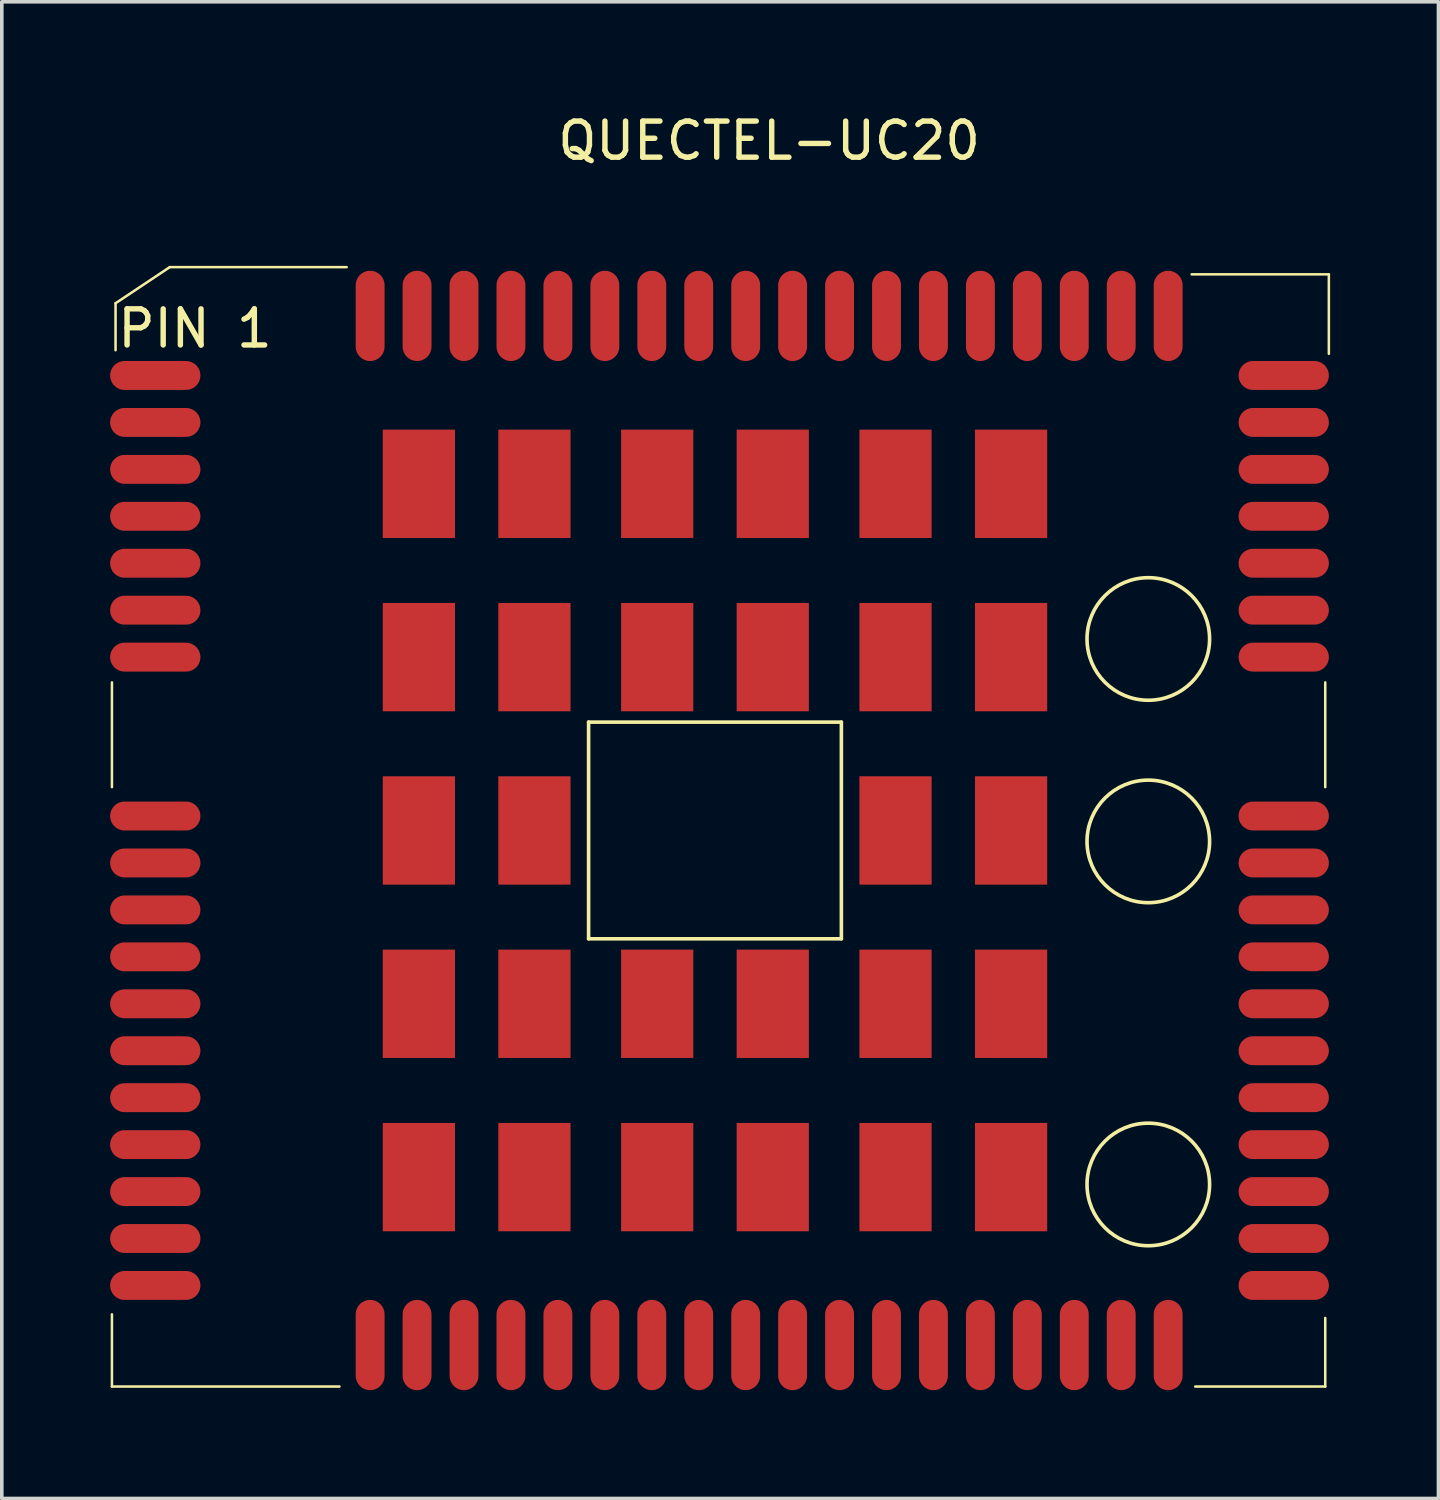
<source format=kicad_pcb>
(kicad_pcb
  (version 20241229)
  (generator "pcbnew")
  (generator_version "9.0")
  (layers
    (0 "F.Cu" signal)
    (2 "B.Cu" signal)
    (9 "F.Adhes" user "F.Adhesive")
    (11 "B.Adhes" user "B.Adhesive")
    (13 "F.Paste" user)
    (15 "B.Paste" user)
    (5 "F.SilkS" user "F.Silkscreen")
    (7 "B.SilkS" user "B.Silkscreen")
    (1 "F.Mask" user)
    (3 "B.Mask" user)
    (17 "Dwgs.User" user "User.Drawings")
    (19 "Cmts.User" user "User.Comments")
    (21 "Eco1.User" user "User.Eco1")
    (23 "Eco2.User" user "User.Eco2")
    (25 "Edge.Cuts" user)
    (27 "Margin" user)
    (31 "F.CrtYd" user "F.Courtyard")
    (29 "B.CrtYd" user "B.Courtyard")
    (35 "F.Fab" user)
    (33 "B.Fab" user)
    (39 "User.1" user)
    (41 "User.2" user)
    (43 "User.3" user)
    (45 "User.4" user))
  (footprint "QUECTEL-UC20"
    (layer "F.Cu")
    (at 0.75 7.348)
    (property "Reference" "QUECTEL-UC20" (at 17.5 -6.5 0) (layer "F.SilkS") (effects (font (size 1 1) (thickness 0.15))))
    (attr through_hole)
    (fp_line (start -0.7 8.5) (end -0.7 11.4) (stroke (width 0.07) (type solid)) (layer "F.SilkS"))
    (fp_line (start -0.7 28) (end -0.7 26) (stroke (width 0.07) (type solid)) (layer "F.SilkS"))
    (fp_line (start -0.6 -2) (end 0.9 -3) (stroke (width 0.07) (type solid)) (layer "F.SilkS"))
    (fp_line (start -0.6 -0.7) (end -0.6 -2) (stroke (width 0.07) (type solid)) (layer "F.SilkS"))
    (fp_line (start 0.9 -3) (end 5.8 -3) (stroke (width 0.07) (type solid)) (layer "F.SilkS"))
    (fp_line (start 5.6 28) (end -0.7 28) (stroke (width 0.07) (type solid)) (layer "F.SilkS"))
    (fp_line (start 12.5 9.6) (end 12.5 15.6) (stroke (width 0.1) (type solid)) (layer "F.SilkS"))
    (fp_line (start 12.5 15.6) (end 19.5 15.6) (stroke (width 0.1) (type solid)) (layer "F.SilkS"))
    (fp_line (start 19.5 9.6) (end 12.5 9.6) (stroke (width 0.1) (type solid)) (layer "F.SilkS"))
    (fp_line (start 19.5 15.6) (end 19.5 9.6) (stroke (width 0.1) (type solid)) (layer "F.SilkS"))
    (fp_line (start 32.9 8.5) (end 32.9 11.4) (stroke (width 0.07) (type solid)) (layer "F.SilkS"))
    (fp_line (start 32.9 26.1) (end 32.9 28) (stroke (width 0.07) (type solid)) (layer "F.SilkS"))
    (fp_line (start 32.9 28) (end 29.3 28) (stroke (width 0.07) (type solid)) (layer "F.SilkS"))
    (fp_line (start 33 -2.8) (end 29.2 -2.8) (stroke (width 0.07) (type solid)) (layer "F.SilkS"))
    (fp_line (start 33 -0.6) (end 33 -2.8) (stroke (width 0.07) (type solid)) (layer "F.SilkS"))
    (fp_circle (center 28 7.297) (end 29.2 8.497) (stroke (width 0.1) (type solid)) (fill no) (layer "F.SilkS"))
    (fp_circle (center 28 12.903) (end 29.2 14.103) (stroke (width 0.1) (type solid)) (fill no) (layer "F.SilkS"))
    (fp_circle (center 28 22.403) (end 29.2 23.603) (stroke (width 0.1) (type solid)) (fill no) (layer "F.SilkS"))
    (fp_text user "PIN 1" (at 1.6 -1.3 0) (layer "F.SilkS") (effects (font (size 1 1) (thickness 0.15))))
    (pad "1" smd oval (at 0.5 0) (size 2.5 0.8) (layers "F.Cu" "F.Mask" "F.Paste"))
    (pad "2" smd oval (at 0.5 1.3) (size 2.5 0.8) (layers "F.Cu" "F.Mask" "F.Paste"))
    (pad "3" smd oval (at 0.5 2.6) (size 2.5 0.8) (layers "F.Cu" "F.Mask" "F.Paste"))
    (pad "4" smd oval (at 0.5 3.9) (size 2.5 0.8) (layers "F.Cu" "F.Mask" "F.Paste"))
    (pad "5" smd oval (at 0.5 5.2) (size 2.5 0.8) (layers "F.Cu" "F.Mask" "F.Paste"))
    (pad "6" smd oval (at 0.5 6.5) (size 2.5 0.8) (layers "F.Cu" "F.Mask" "F.Paste"))
    (pad "7" smd oval (at 0.5 7.8) (size 2.5 0.8) (layers "F.Cu" "F.Mask" "F.Paste"))
    (pad "8" smd oval (at 0.5 12.2) (size 2.5 0.8) (layers "F.Cu" "F.Mask" "F.Paste"))
    (pad "9" smd oval (at 0.5 13.5) (size 2.5 0.8) (layers "F.Cu" "F.Mask" "F.Paste"))
    (pad "10" smd oval (at 0.5 14.8) (size 2.5 0.8) (layers "F.Cu" "F.Mask" "F.Paste"))
    (pad "11" smd oval (at 0.5 16.1) (size 2.5 0.8) (layers "F.Cu" "F.Mask" "F.Paste"))
    (pad "12" smd oval (at 0.5 17.4) (size 2.5 0.8) (layers "F.Cu" "F.Mask" "F.Paste"))
    (pad "13" smd oval (at 0.5 18.7) (size 2.5 0.8) (layers "F.Cu" "F.Mask" "F.Paste"))
    (pad "14" smd oval (at 0.5 20) (size 2.5 0.8) (layers "F.Cu" "F.Mask" "F.Paste"))
    (pad "15" smd oval (at 0.5 21.3) (size 2.5 0.8) (layers "F.Cu" "F.Mask" "F.Paste"))
    (pad "16" smd oval (at 0.5 22.6) (size 2.5 0.8) (layers "F.Cu" "F.Mask" "F.Paste"))
    (pad "17" smd oval (at 0.5 23.9) (size 2.5 0.8) (layers "F.Cu" "F.Mask" "F.Paste"))
    (pad "18" smd oval (at 0.5 25.2) (size 2.5 0.8) (layers "F.Cu" "F.Mask" "F.Paste"))
    (pad "19" smd oval (at 6.45 26.85) (size 0.8 2.5) (layers "F.Cu" "F.Mask" "F.Paste"))
    (pad "20" smd oval (at 7.75 26.85) (size 0.8 2.5) (layers "F.Cu" "F.Mask" "F.Paste"))
    (pad "21" smd oval (at 9.05 26.85) (size 0.8 2.5) (layers "F.Cu" "F.Mask" "F.Paste"))
    (pad "22" smd oval (at 10.35 26.85) (size 0.8 2.5) (layers "F.Cu" "F.Mask" "F.Paste"))
    (pad "23" smd oval (at 11.65 26.85) (size 0.8 2.5) (layers "F.Cu" "F.Mask" "F.Paste"))
    (pad "24" smd oval (at 12.95 26.85) (size 0.8 2.5) (layers "F.Cu" "F.Mask" "F.Paste"))
    (pad "25" smd oval (at 14.25 26.85) (size 0.8 2.5) (layers "F.Cu" "F.Mask" "F.Paste"))
    (pad "26" smd oval (at 15.55 26.85) (size 0.8 2.5) (layers "F.Cu" "F.Mask" "F.Paste"))
    (pad "27" smd oval (at 16.85 26.85) (size 0.8 2.5) (layers "F.Cu" "F.Mask" "F.Paste"))
    (pad "28" smd oval (at 18.15 26.85) (size 0.8 2.5) (layers "F.Cu" "F.Mask" "F.Paste"))
    (pad "29" smd oval (at 19.45 26.85) (size 0.8 2.5) (layers "F.Cu" "F.Mask" "F.Paste"))
    (pad "30" smd oval (at 20.75 26.85) (size 0.8 2.5) (layers "F.Cu" "F.Mask" "F.Paste"))
    (pad "31" smd oval (at 22.05 26.85) (size 0.8 2.5) (layers "F.Cu" "F.Mask" "F.Paste"))
    (pad "32" smd oval (at 23.35 26.85) (size 0.8 2.5) (layers "F.Cu" "F.Mask" "F.Paste"))
    (pad "33" smd oval (at 24.65 26.85) (size 0.8 2.5) (layers "F.Cu" "F.Mask" "F.Paste"))
    (pad "34" smd oval (at 25.95 26.85) (size 0.8 2.5) (layers "F.Cu" "F.Mask" "F.Paste"))
    (pad "35" smd oval (at 27.25 26.85) (size 0.8 2.5) (layers "F.Cu" "F.Mask" "F.Paste"))
    (pad "36" smd oval (at 28.55 26.85) (size 0.8 2.5) (layers "F.Cu" "F.Mask" "F.Paste"))
    (pad "37" smd oval (at 31.75 25.2) (size 2.5 0.8) (layers "F.Cu" "F.Mask" "F.Paste"))
    (pad "38" smd oval (at 31.75 23.9) (size 2.5 0.8) (layers "F.Cu" "F.Mask" "F.Paste"))
    (pad "39" smd oval (at 31.75 22.6) (size 2.5 0.8) (layers "F.Cu" "F.Mask" "F.Paste"))
    (pad "40" smd oval (at 31.75 21.3) (size 2.5 0.8) (layers "F.Cu" "F.Mask" "F.Paste"))
    (pad "41" smd oval (at 31.75 20) (size 2.5 0.8) (layers "F.Cu" "F.Mask" "F.Paste"))
    (pad "42" smd oval (at 31.75 18.7) (size 2.5 0.8) (layers "F.Cu" "F.Mask" "F.Paste"))
    (pad "43" smd oval (at 31.75 17.4) (size 2.5 0.8) (layers "F.Cu" "F.Mask" "F.Paste"))
    (pad "44" smd oval (at 31.75 16.1) (size 2.5 0.8) (layers "F.Cu" "F.Mask" "F.Paste"))
    (pad "45" smd oval (at 31.75 14.8) (size 2.5 0.8) (layers "F.Cu" "F.Mask" "F.Paste"))
    (pad "46" smd oval (at 31.75 13.5) (size 2.5 0.8) (layers "F.Cu" "F.Mask" "F.Paste"))
    (pad "47" smd oval (at 31.75 12.2) (size 2.5 0.8) (layers "F.Cu" "F.Mask" "F.Paste"))
    (pad "48" smd oval (at 31.75 7.8) (size 2.5 0.8) (layers "F.Cu" "F.Mask" "F.Paste"))
    (pad "49" smd oval (at 31.75 6.5) (size 2.5 0.8) (layers "F.Cu" "F.Mask" "F.Paste"))
    (pad "50" smd oval (at 31.75 5.2) (size 2.5 0.8) (layers "F.Cu" "F.Mask" "F.Paste"))
    (pad "51" smd oval (at 31.75 3.9) (size 2.5 0.8) (layers "F.Cu" "F.Mask" "F.Paste"))
    (pad "52" smd oval (at 31.75 2.6) (size 2.5 0.8) (layers "F.Cu" "F.Mask" "F.Paste"))
    (pad "53" smd oval (at 31.75 1.3) (size 2.5 0.8) (layers "F.Cu" "F.Mask" "F.Paste"))
    (pad "54" smd oval (at 31.75 0) (size 2.5 0.8) (layers "F.Cu" "F.Mask" "F.Paste"))
    (pad "55" smd oval (at 28.55 -1.65 90) (size 2.5 0.8) (layers "F.Cu" "F.Mask" "F.Paste"))
    (pad "56" smd oval (at 27.25 -1.65 90) (size 2.5 0.8) (layers "F.Cu" "F.Mask" "F.Paste"))
    (pad "57" smd oval (at 25.95 -1.65 90) (size 2.5 0.8) (layers "F.Cu" "F.Mask" "F.Paste"))
    (pad "58" smd oval (at 24.65 -1.65 90) (size 2.5 0.8) (layers "F.Cu" "F.Mask" "F.Paste"))
    (pad "59" smd oval (at 23.35 -1.65 90) (size 2.5 0.8) (layers "F.Cu" "F.Mask" "F.Paste"))
    (pad "60" smd oval (at 22.05 -1.65 90) (size 2.5 0.8) (layers "F.Cu" "F.Mask" "F.Paste"))
    (pad "61" smd oval (at 20.75 -1.65 90) (size 2.5 0.8) (layers "F.Cu" "F.Mask" "F.Paste"))
    (pad "62" smd oval (at 19.45 -1.65 90) (size 2.5 0.8) (layers "F.Cu" "F.Mask" "F.Paste"))
    (pad "63" smd oval (at 18.15 -1.65 90) (size 2.5 0.8) (layers "F.Cu" "F.Mask" "F.Paste"))
    (pad "64" smd oval (at 16.85 -1.65 90) (size 2.5 0.8) (layers "F.Cu" "F.Mask" "F.Paste"))
    (pad "65" smd oval (at 15.55 -1.65 90) (size 2.5 0.8) (layers "F.Cu" "F.Mask" "F.Paste"))
    (pad "66" smd oval (at 14.25 -1.65 90) (size 2.5 0.8) (layers "F.Cu" "F.Mask" "F.Paste"))
    (pad "67" smd oval (at 12.95 -1.65 90) (size 2.5 0.8) (layers "F.Cu" "F.Mask" "F.Paste"))
    (pad "68" smd oval (at 11.65 -1.65 90) (size 2.5 0.8) (layers "F.Cu" "F.Mask" "F.Paste"))
    (pad "69" smd oval (at 10.35 -1.65 90) (size 2.5 0.8) (layers "F.Cu" "F.Mask" "F.Paste"))
    (pad "70" smd oval (at 9.05 -1.65 90) (size 2.5 0.8) (layers "F.Cu" "F.Mask" "F.Paste"))
    (pad "71" smd oval (at 7.75 -1.65 90) (size 2.5 0.8) (layers "F.Cu" "F.Mask" "F.Paste"))
    (pad "72" smd oval (at 6.45 -1.65 90) (size 2.5 0.8) (layers "F.Cu" "F.Mask" "F.Paste"))
    (pad "85" smd rect (at 24.2 3 90) (size 3 2) (layers "F.Cu" "F.Mask" "F.Paste"))
    (pad "86" smd rect (at 24.2 7.8 90) (size 3 2) (layers "F.Cu" "F.Mask" "F.Paste"))
    (pad "87" smd rect (at 24.2 12.6 90) (size 3 2) (layers "F.Cu" "F.Mask" "F.Paste"))
    (pad "88" smd rect (at 24.2 17.4 90) (size 3 2) (layers "F.Cu" "F.Mask" "F.Paste"))
    (pad "89" smd rect (at 24.2 22.2 90) (size 3 2) (layers "F.Cu" "F.Mask" "F.Paste"))
    (pad "90" smd rect (at 21 3 90) (size 3 2) (layers "F.Cu" "F.Mask" "F.Paste"))
    (pad "91" smd rect (at 21 7.8 90) (size 3 2) (layers "F.Cu" "F.Mask" "F.Paste"))
    (pad "92" smd rect (at 21 12.6 90) (size 3 2) (layers "F.Cu" "F.Mask" "F.Paste"))
    (pad "93" smd rect (at 21 17.4 90) (size 3 2) (layers "F.Cu" "F.Mask" "F.Paste"))
    (pad "94" smd rect (at 21 22.2 90) (size 3 2) (layers "F.Cu" "F.Mask" "F.Paste"))
    (pad "95" smd rect (at 17.6 3 90) (size 3 2) (layers "F.Cu" "F.Mask" "F.Paste"))
    (pad "96" smd rect (at 17.6 7.8 90) (size 3 2) (layers "F.Cu" "F.Mask" "F.Paste"))
    (pad "97" smd rect (at 17.6 17.4 90) (size 3 2) (layers "F.Cu" "F.Mask" "F.Paste"))
    (pad "98" smd rect (at 17.6 22.2 90) (size 3 2) (layers "F.Cu" "F.Mask" "F.Paste"))
    (pad "99" smd rect (at 14.4 3 90) (size 3 2) (layers "F.Cu" "F.Mask" "F.Paste"))
    (pad "100" smd rect (at 14.4 7.8 90) (size 3 2) (layers "F.Cu" "F.Mask" "F.Paste"))
    (pad "101" smd rect (at 14.4 17.4 90) (size 3 2) (layers "F.Cu" "F.Mask" "F.Paste"))
    (pad "102" smd rect (at 14.4 22.2 90) (size 3 2) (layers "F.Cu" "F.Mask" "F.Paste"))
    (pad "103" smd rect (at 11 3 90) (size 3 2) (layers "F.Cu" "F.Mask" "F.Paste"))
    (pad "104" smd rect (at 11 7.8 90) (size 3 2) (layers "F.Cu" "F.Mask" "F.Paste"))
    (pad "105" smd rect (at 11 12.6 90) (size 3 2) (layers "F.Cu" "F.Mask" "F.Paste"))
    (pad "106" smd rect (at 11 17.4 90) (size 3 2) (layers "F.Cu" "F.Mask" "F.Paste"))
    (pad "107" smd rect (at 11 22.2 90) (size 3 2) (layers "F.Cu" "F.Mask" "F.Paste"))
    (pad "108" smd rect (at 7.8 3 90) (size 3 2) (layers "F.Cu" "F.Mask" "F.Paste"))
    (pad "109" smd rect (at 7.8 7.8 90) (size 3 2) (layers "F.Cu" "F.Mask" "F.Paste"))
    (pad "110" smd rect (at 7.8 12.6 90) (size 3 2) (layers "F.Cu" "F.Mask" "F.Paste"))
    (pad "111" smd rect (at 7.8 17.4 90) (size 3 2) (layers "F.Cu" "F.Mask" "F.Paste"))
    (pad "112" smd rect (at 7.8 22.2 90) (size 3 2) (layers "F.Cu" "F.Mask" "F.Paste")))
  (gr_rect
    (start -3 -3)
    (end 36.785 38.448)
    (stroke (width 0.1) (type default))
    (fill no)
    (layer "Edge.Cuts")))
</source>
